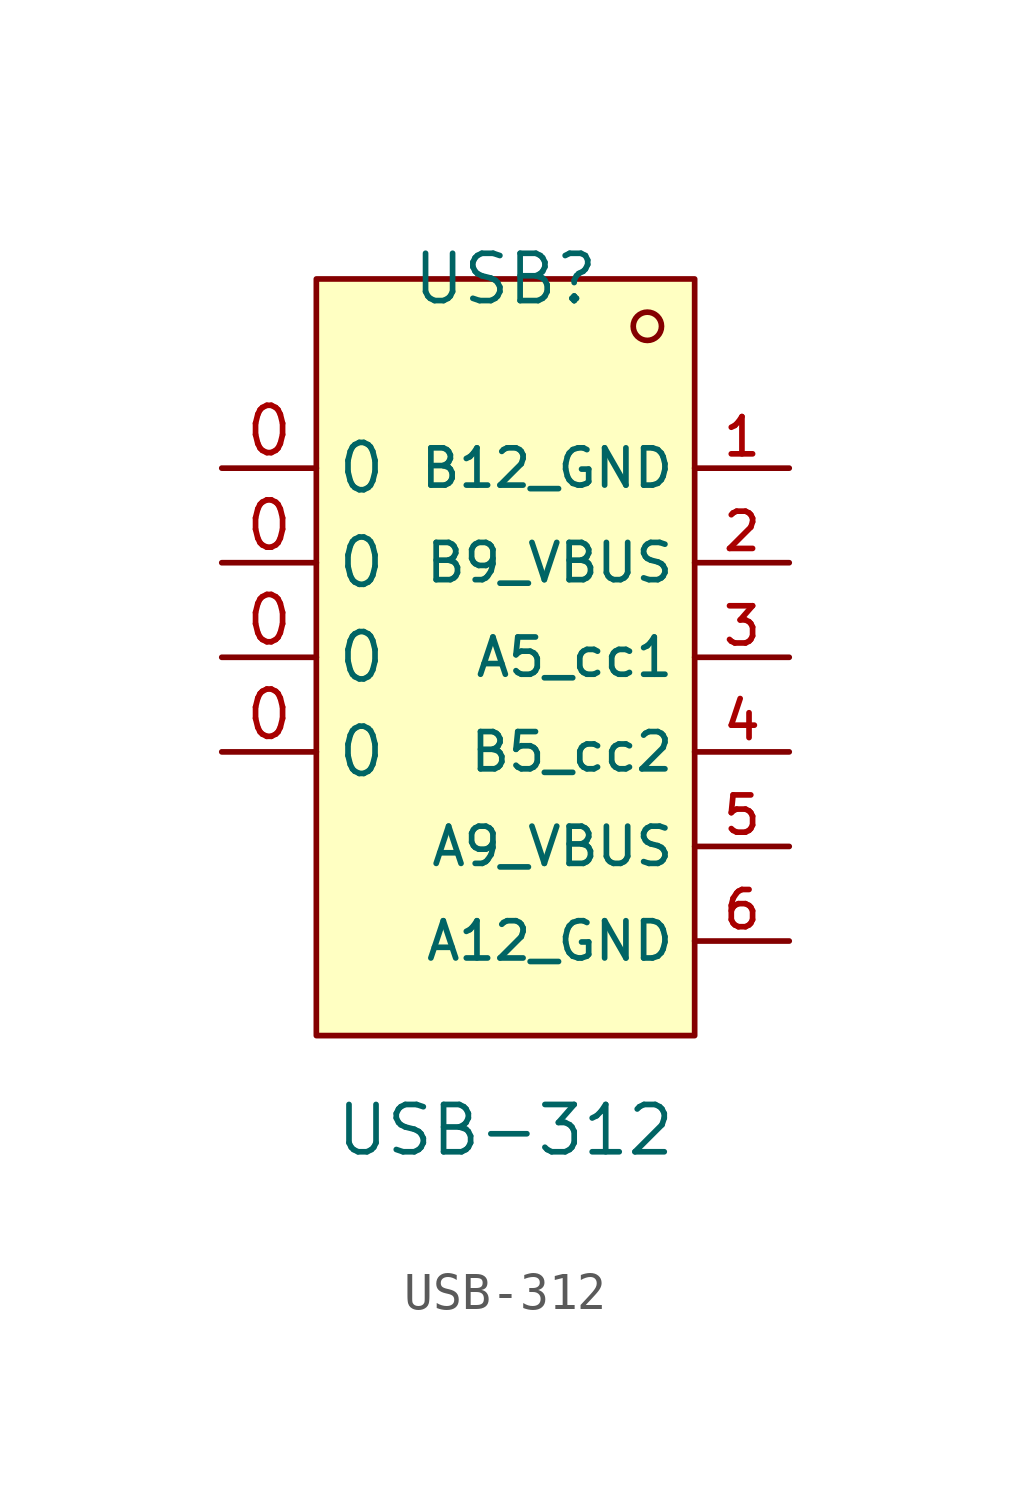
<source format=kicad_sym>
(kicad_symbol_lib
  (version 20220914)
  (generator kicad_symbol_editor)
  (symbol "USB-312"
    (property "Reference" "USB"
      (at 0 10.16 0)
      (effects (font (size 1.27 1.27))))
    (property "Value" "USB-312"
      (at 0 -12.7 0)
      (effects (font (size 1.27 1.27))))
    (symbol "USB-312_0_1"
      (rectangle (start -5.08 10.16) (end 5.08 -10.16) (stroke (width 0) (type default)) (fill (type background)))
      (circle (center 3.81 8.89) (radius 0.38) (stroke (width 0) (type default)) (fill (type none)))
      (pin unspecified line (at -7.62 -2.54 0) (length 2.54) (name "0" (effects (font (size 1.27 1.27)))) (number "0" (effects (font (size 1.27 1.27)))))
      (pin unspecified line (at -7.62 0 0) (length 2.54) (name "0" (effects (font (size 1.27 1.27)))) (number "0" (effects (font (size 1.27 1.27)))))
      (pin unspecified line (at -7.62 2.54 0) (length 2.54) (name "0" (effects (font (size 1.27 1.27)))) (number "0" (effects (font (size 1.27 1.27)))))
      (pin unspecified line (at -7.62 5.08 0) (length 2.54) (name "0" (effects (font (size 1.27 1.27)))) (number "0" (effects (font (size 1.27 1.27))))))
    (symbol "USB-312_1_1"
      (pin bidirectional line (at 7.62 5.08 180) (length 2.54) (name "B12_GND" (effects (font (size 1 1)))) (number "1" (effects (font (size 1 1)))))
      (pin bidirectional line (at 7.62 2.54 180) (length 2.54) (name "B9_VBUS" (effects (font (size 1 1)))) (number "2" (effects (font (size 1 1)))))
      (pin bidirectional line (at 7.62 0 180) (length 2.54) (name "A5_cc1" (effects (font (size 1 1)))) (number "3" (effects (font (size 1 1)))))
      (pin bidirectional line (at 7.62 -2.54 180) (length 2.54) (name "B5_cc2" (effects (font (size 1 1)))) (number "4" (effects (font (size 1 1)))))
      (pin bidirectional line (at 7.62 -5.08 180) (length 2.54) (name "A9_VBUS" (effects (font (size 1 1)))) (number "5" (effects (font (size 1 1)))))
      (pin bidirectional line (at 7.62 -7.62 180) (length 2.54) (name "A12_GND" (effects (font (size 1 1)))) (number "6" (effects (font (size 1 1))))))))
</source>
